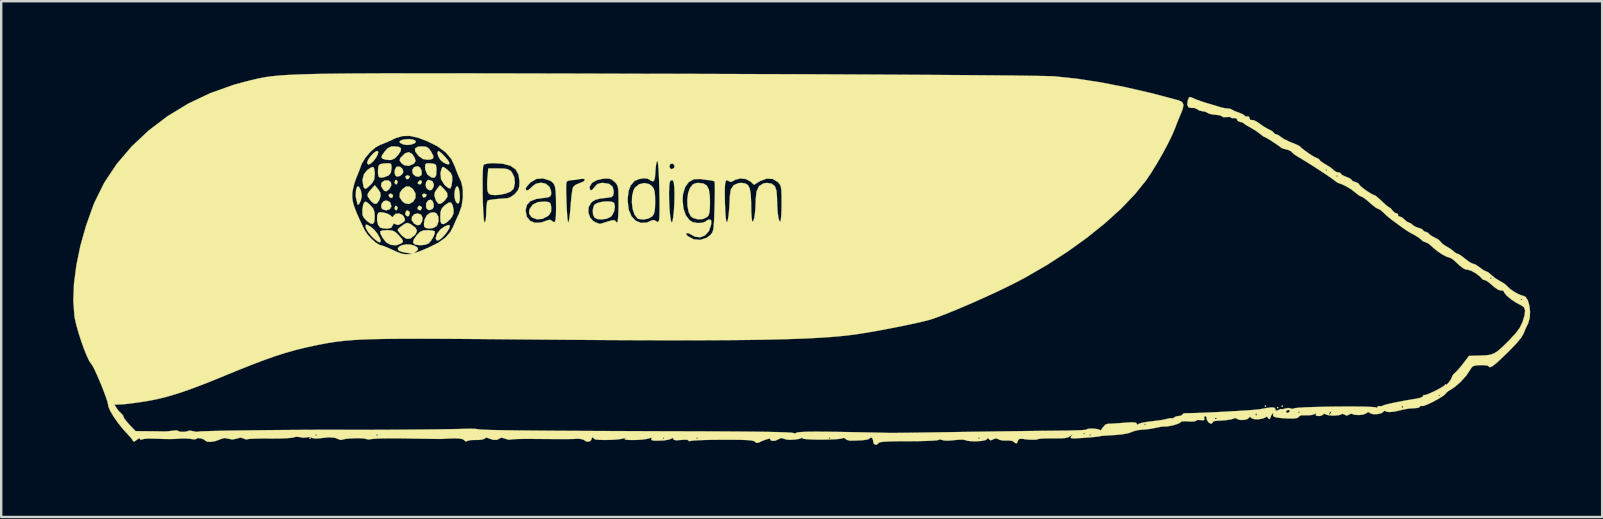
<source format=kicad_pcb>
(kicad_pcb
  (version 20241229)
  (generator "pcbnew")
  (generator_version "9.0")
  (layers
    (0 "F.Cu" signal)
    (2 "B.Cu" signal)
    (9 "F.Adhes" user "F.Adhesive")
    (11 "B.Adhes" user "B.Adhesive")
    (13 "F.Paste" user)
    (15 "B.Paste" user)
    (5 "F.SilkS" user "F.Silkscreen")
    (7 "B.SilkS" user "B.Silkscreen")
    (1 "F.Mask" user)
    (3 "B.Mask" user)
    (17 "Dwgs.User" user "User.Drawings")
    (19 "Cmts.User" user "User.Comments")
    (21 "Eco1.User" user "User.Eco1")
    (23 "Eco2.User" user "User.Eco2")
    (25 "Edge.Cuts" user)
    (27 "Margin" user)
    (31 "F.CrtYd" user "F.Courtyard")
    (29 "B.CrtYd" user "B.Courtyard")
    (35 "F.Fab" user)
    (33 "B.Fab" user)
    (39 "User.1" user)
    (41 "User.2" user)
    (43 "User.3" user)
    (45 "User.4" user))
  (footprint "poddy"
    (layer "F.Cu")
    (at 31.808 7.557)
    (property "Reference" "poddy" (at 0 0 0) (layer "F.SilkS") (effects (font (size 1.524 1.524) (thickness 0.3))))
    (attr through_hole)
    (fp_poly (pts (xy -21.907 7.652) (xy -21.939 7.684) (xy -21.971 7.652) (xy -21.939 7.62) (xy -21.907 7.652)) (stroke (width 0.01) (type solid)) (fill yes) (layer "F.SilkS"))
    (fp_poly (pts (xy 17.907 6.318) (xy 17.875 6.35) (xy 17.843 6.318) (xy 17.875 6.287) (xy 17.907 6.318)) (stroke (width 0.01) (type solid)) (fill yes) (layer "F.SilkS"))
    (fp_poly (pts (xy 18.415 6.382) (xy 18.383 6.413) (xy 18.352 6.382) (xy 18.383 6.35) (xy 18.415 6.382)) (stroke (width 0.01) (type solid)) (fill yes) (layer "F.SilkS"))
    (fp_poly (pts (xy 18.605 6.318) (xy 18.574 6.35) (xy 18.542 6.318) (xy 18.574 6.287) (xy 18.605 6.318)) (stroke (width 0.01) (type solid)) (fill yes) (layer "F.SilkS"))
    (fp_poly (pts (xy -17.272 -3.022) (xy -17.323 -2.934) (xy -17.373 -2.921) (xy -17.447 -2.958) (xy -17.448 -2.996) (xy -17.385 -3.08) (xy -17.309 -3.091) (xy -17.272 -3.022)) (stroke (width 0.01) (type solid)) (fill yes) (layer "F.SilkS"))
    (fp_poly (pts (xy -18.49 -2.489) (xy -18.479 -2.445) (xy -18.517 -2.357) (xy -18.605 -2.373) (xy -18.627 -2.392) (xy -18.667 -2.485) (xy -18.601 -2.538) (xy -18.574 -2.54) (xy -18.49 -2.489)) (stroke (width 0.01) (type solid)) (fill yes) (layer "F.SilkS"))
    (fp_poly (pts (xy -18.295 -3.06) (xy -18.288 -3.016) (xy -18.322 -2.932) (xy -18.352 -2.921) (xy -18.408 -2.972) (xy -18.415 -3.016) (xy -18.381 -3.101) (xy -18.352 -3.111) (xy -18.295 -3.06)) (stroke (width 0.01) (type solid)) (fill yes) (layer "F.SilkS"))
    (fp_poly (pts (xy -18.295 -1.981) (xy -18.288 -1.937) (xy -18.322 -1.852) (xy -18.352 -1.841) (xy -18.408 -1.893) (xy -18.415 -1.937) (xy -18.381 -2.021) (xy -18.352 -2.032) (xy -18.295 -1.981)) (stroke (width 0.01) (type solid)) (fill yes) (layer "F.SilkS"))
    (fp_poly (pts (xy -17.798 -1.789) (xy -17.78 -1.714) (xy -17.82 -1.611) (xy -17.875 -1.587) (xy -17.953 -1.64) (xy -17.971 -1.714) (xy -17.931 -1.818) (xy -17.875 -1.841) (xy -17.798 -1.789)) (stroke (width 0.01) (type solid)) (fill yes) (layer "F.SilkS"))
    (fp_poly (pts (xy -17.791 -3.27) (xy -17.78 -3.242) (xy -17.822 -3.159) (xy -17.903 -3.139) (xy -17.93 -3.156) (xy -17.969 -3.248) (xy -17.901 -3.3) (xy -17.875 -3.302) (xy -17.791 -3.27)) (stroke (width 0.01) (type solid)) (fill yes) (layer "F.SilkS"))
    (fp_poly (pts (xy -17.283 -1.981) (xy -17.272 -1.937) (xy -17.323 -1.853) (xy -17.367 -1.841) (xy -17.451 -1.892) (xy -17.462 -1.937) (xy -17.412 -2.021) (xy -17.367 -2.032) (xy -17.283 -1.981)) (stroke (width 0.01) (type solid)) (fill yes) (layer "F.SilkS"))
    (fp_poly (pts (xy -17.092 -2.508) (xy -17.081 -2.48) (xy -17.124 -2.397) (xy -17.205 -2.377) (xy -17.231 -2.394) (xy -17.27 -2.486) (xy -17.202 -2.538) (xy -17.177 -2.54) (xy -17.092 -2.508)) (stroke (width 0.01) (type solid)) (fill yes) (layer "F.SilkS"))
    (fp_poly (pts (xy -18.637 -2.205) (xy -18.586 -2.152) (xy -18.548 -2.002) (xy -18.617 -1.886) (xy -18.764 -1.841) (xy -18.905 -1.879) (xy -18.967 -1.945) (xy -18.967 -2.092) (xy -18.882 -2.213) (xy -18.764 -2.254) (xy -18.637 -2.205)) (stroke (width 0.01) (type solid)) (fill yes) (layer "F.SilkS"))
    (fp_poly (pts (xy -17.311 -1.665) (xy -17.245 -1.535) (xy -17.269 -1.373) (xy -17.356 -1.238) (xy -17.476 -1.222) (xy -17.605 -1.295) (xy -17.699 -1.427) (xy -17.691 -1.569) (xy -17.597 -1.678) (xy -17.458 -1.714) (xy -17.311 -1.665)) (stroke (width 0.01) (type solid)) (fill yes) (layer "F.SilkS"))
    (fp_poly (pts (xy -16.842 -3.061) (xy -16.779 -2.931) (xy -16.788 -2.833) (xy -16.862 -2.697) (xy -16.972 -2.678) (xy -17.079 -2.759) (xy -17.121 -2.877) (xy -17.104 -3.008) (xy -17.04 -3.099) (xy -16.998 -3.111) (xy -16.842 -3.061)) (stroke (width 0.01) (type solid)) (fill yes) (layer "F.SilkS"))
    (fp_poly (pts (xy -16.834 -2.233) (xy -16.786 -2.112) (xy -16.785 -1.98) (xy -16.835 -1.899) (xy -16.981 -1.846) (xy -17.075 -1.907) (xy -17.103 -1.981) (xy -17.098 -2.142) (xy -17.013 -2.257) (xy -16.916 -2.286) (xy -16.834 -2.233)) (stroke (width 0.01) (type solid)) (fill yes) (layer "F.SilkS"))
    (fp_poly (pts (xy -18.187 -3.657) (xy -18.087 -3.571) (xy -18.051 -3.449) (xy -18.074 -3.38) (xy -18.184 -3.276) (xy -18.308 -3.248) (xy -18.37 -3.279) (xy -18.414 -3.392) (xy -18.401 -3.536) (xy -18.341 -3.646) (xy -18.315 -3.662) (xy -18.187 -3.657)) (stroke (width 0.01) (type solid)) (fill yes) (layer "F.SilkS"))
    (fp_poly (pts (xy -17.357 -3.629) (xy -17.291 -3.504) (xy -17.28 -3.363) (xy -17.302 -3.306) (xy -17.403 -3.242) (xy -17.536 -3.262) (xy -17.646 -3.354) (xy -17.655 -3.37) (xy -17.681 -3.523) (xy -17.604 -3.64) (xy -17.456 -3.683) (xy -17.357 -3.629)) (stroke (width 0.01) (type solid)) (fill yes) (layer "F.SilkS"))
    (fp_poly (pts (xy -18.657 -3.085) (xy -18.564 -3.001) (xy -18.555 -2.87) (xy -18.643 -2.723) (xy -18.661 -2.706) (xy -18.759 -2.634) (xy -18.833 -2.653) (xy -18.884 -2.7) (xy -18.978 -2.853) (xy -18.964 -2.989) (xy -18.847 -3.08) (xy -18.821 -3.087) (xy -18.657 -3.085)) (stroke (width 0.01) (type solid)) (fill yes) (layer "F.SilkS"))
    (fp_poly (pts (xy -17.792 -2.833) (xy -17.653 -2.731) (xy -17.545 -2.55) (xy -17.544 -2.358) (xy -17.642 -2.201) (xy -17.815 -2.105) (xy -17.986 -2.136) (xy -18.098 -2.223) (xy -18.209 -2.397) (xy -18.194 -2.574) (xy -18.095 -2.719) (xy -17.939 -2.837) (xy -17.792 -2.833)) (stroke (width 0.01) (type solid)) (fill yes) (layer "F.SilkS"))
    (fp_poly (pts (xy -19.848 -2.735) (xy -19.816 -2.646) (xy -19.779 -2.45) (xy -19.82 -2.26) (xy -19.838 -2.217) (xy -19.907 -2.086) (xy -19.953 -2.079) (xy -19.96 -2.095) (xy -20.033 -2.411) (xy -20.023 -2.674) (xy -20.023 -2.676) (xy -19.975 -2.822) (xy -19.916 -2.841) (xy -19.848 -2.735)) (stroke (width 0.01) (type solid)) (fill yes) (layer "F.SilkS"))
    (fp_poly (pts (xy -19.113 -2.739) (xy -19.01 -2.583) (xy -18.998 -2.434) (xy -19.06 -2.257) (xy -19.153 -2.125) (xy -19.263 -2.114) (xy -19.396 -2.226) (xy -19.426 -2.263) (xy -19.526 -2.404) (xy -19.544 -2.505) (xy -19.479 -2.619) (xy -19.399 -2.711) (xy -19.24 -2.889) (xy -19.113 -2.739)) (stroke (width 0.01) (type solid)) (fill yes) (layer "F.SilkS"))
    (fp_poly (pts (xy -17.677 -4.188) (xy -17.576 -4.027) (xy -17.539 -3.898) (xy -17.59 -3.809) (xy -17.626 -3.779) (xy -17.826 -3.693) (xy -18.018 -3.724) (xy -18.128 -3.809) (xy -18.203 -3.915) (xy -18.185 -4.003) (xy -18.154 -4.047) (xy -17.977 -4.219) (xy -17.817 -4.266) (xy -17.677 -4.188)) (stroke (width 0.01) (type solid)) (fill yes) (layer "F.SilkS"))
    (fp_poly (pts (xy -17.641 -4.789) (xy -17.539 -4.735) (xy -17.526 -4.701) (xy -17.582 -4.633) (xy -17.718 -4.584) (xy -17.888 -4.565) (xy -18.045 -4.586) (xy -18.05 -4.587) (xy -18.192 -4.656) (xy -18.207 -4.721) (xy -18.098 -4.776) (xy -18.008 -4.797) (xy -17.811 -4.813) (xy -17.641 -4.789)) (stroke (width 0.01) (type solid)) (fill yes) (layer "F.SilkS"))
    (fp_poly (pts (xy -16.544 -4.29) (xy -16.437 -4.202) (xy -16.314 -4.076) (xy -16.204 -3.945) (xy -16.137 -3.84) (xy -16.129 -3.811) (xy -16.155 -3.756) (xy -16.245 -3.771) (xy -16.392 -3.842) (xy -16.509 -3.947) (xy -16.596 -4.093) (xy -16.629 -4.233) (xy -16.603 -4.309) (xy -16.544 -4.29)) (stroke (width 0.01) (type solid)) (fill yes) (layer "F.SilkS"))
    (fp_poly (pts (xy -16.357 -2.735) (xy -16.223 -2.567) (xy -16.21 -2.413) (xy -16.318 -2.255) (xy -16.339 -2.234) (xy -16.486 -2.12) (xy -16.589 -2.115) (xy -16.672 -2.22) (xy -16.69 -2.257) (xy -16.755 -2.449) (xy -16.735 -2.598) (xy -16.642 -2.739) (xy -16.521 -2.889) (xy -16.357 -2.735)) (stroke (width 0.01) (type solid)) (fill yes) (layer "F.SilkS"))
    (fp_poly (pts (xy -16.107 -1.201) (xy -16.136 -1.09) (xy -16.255 -0.904) (xy -16.274 -0.879) (xy -16.436 -0.696) (xy -16.571 -0.596) (xy -16.664 -0.586) (xy -16.7 -0.673) (xy -16.701 -0.68) (xy -16.645 -0.866) (xy -16.498 -1.049) (xy -16.319 -1.175) (xy -16.169 -1.231) (xy -16.107 -1.201)) (stroke (width 0.01) (type solid)) (fill yes) (layer "F.SilkS"))
    (fp_poly (pts (xy -15.743 -2.767) (xy -15.709 -2.614) (xy -15.694 -2.428) (xy -15.702 -2.257) (xy -15.736 -2.147) (xy -15.741 -2.14) (xy -15.811 -2.134) (xy -15.88 -2.24) (xy -15.917 -2.389) (xy -15.919 -2.563) (xy -15.892 -2.721) (xy -15.842 -2.824) (xy -15.792 -2.841) (xy -15.743 -2.767)) (stroke (width 0.01) (type solid)) (fill yes) (layer "F.SilkS"))
    (fp_poly (pts (xy -19.093 -4.277) (xy -19.114 -4.175) (xy -19.184 -4.042) (xy -19.285 -3.906) (xy -19.398 -3.798) (xy -19.502 -3.749) (xy -19.51 -3.748) (xy -19.553 -3.798) (xy -19.558 -3.837) (xy -19.516 -3.951) (xy -19.414 -4.096) (xy -19.288 -4.229) (xy -19.175 -4.31) (xy -19.141 -4.318) (xy -19.093 -4.277)) (stroke (width 0.01) (type solid)) (fill yes) (layer "F.SilkS"))
    (fp_poly (pts (xy -17.103 -4.493) (xy -16.989 -4.422) (xy -16.892 -4.287) (xy -16.801 -4.111) (xy -16.805 -4.009) (xy -16.912 -3.961) (xy -17.037 -3.95) (xy -17.23 -3.978) (xy -17.399 -4.096) (xy -17.429 -4.126) (xy -17.554 -4.296) (xy -17.562 -4.418) (xy -17.453 -4.49) (xy -17.279 -4.508) (xy -17.103 -4.493)) (stroke (width 0.01) (type solid)) (fill yes) (layer "F.SilkS"))
    (fp_poly (pts (xy -19.471 -1.194) (xy -19.415 -1.162) (xy -19.265 -1.035) (xy -19.122 -0.854) (xy -19.019 -0.666) (xy -18.99 -0.556) (xy -19.022 -0.504) (xy -19.12 -0.541) (xy -19.268 -0.657) (xy -19.377 -0.765) (xy -19.514 -0.93) (xy -19.602 -1.081) (xy -19.622 -1.152) (xy -19.616 -1.233) (xy -19.576 -1.247) (xy -19.471 -1.194)) (stroke (width 0.01) (type solid)) (fill yes) (layer "F.SilkS"))
    (fp_poly (pts (xy -18.245 -4.489) (xy -18.147 -4.428) (xy -18.159 -4.316) (xy -18.255 -4.166) (xy -18.399 -4.011) (xy -18.538 -3.945) (xy -18.629 -3.938) (xy -18.8 -3.956) (xy -18.919 -3.996) (xy -18.962 -4.05) (xy -18.937 -4.136) (xy -18.836 -4.281) (xy -18.694 -4.435) (xy -18.555 -4.5) (xy -18.459 -4.508) (xy -18.245 -4.489)) (stroke (width 0.01) (type solid)) (fill yes) (layer "F.SilkS"))
    (fp_poly (pts (xy -16.907 -3.798) (xy -16.76 -3.779) (xy -16.691 -3.731) (xy -16.67 -3.617) (xy -16.669 -3.498) (xy -16.684 -3.299) (xy -16.739 -3.208) (xy -16.848 -3.206) (xy -16.891 -3.219) (xy -17.051 -3.339) (xy -17.136 -3.538) (xy -17.145 -3.635) (xy -17.135 -3.754) (xy -17.079 -3.8) (xy -16.941 -3.801) (xy -16.907 -3.798)) (stroke (width 0.01) (type solid)) (fill yes) (layer "F.SilkS"))
    (fp_poly (pts (xy -16.667 -1.713) (xy -16.591 -1.578) (xy -16.581 -1.396) (xy -16.636 -1.226) (xy -16.673 -1.179) (xy -16.802 -1.107) (xy -16.966 -1.082) (xy -17.111 -1.105) (xy -17.183 -1.167) (xy -17.191 -1.286) (xy -17.164 -1.454) (xy -17.162 -1.464) (xy -17.071 -1.635) (xy -16.928 -1.74) (xy -16.769 -1.76) (xy -16.667 -1.713)) (stroke (width 0.01) (type solid)) (fill yes) (layer "F.SilkS"))
    (fp_poly (pts (xy -19.557 -2.174) (xy -19.434 -2.067) (xy -19.31 -1.925) (xy -19.253 -1.776) (xy -19.241 -1.576) (xy -19.259 -1.366) (xy -19.32 -1.275) (xy -19.432 -1.298) (xy -19.583 -1.413) (xy -19.696 -1.538) (xy -19.752 -1.647) (xy -19.753 -1.651) (xy -19.756 -1.882) (xy -19.72 -2.084) (xy -19.687 -2.158) (xy -19.634 -2.204) (xy -19.557 -2.174)) (stroke (width 0.01) (type solid)) (fill yes) (layer "F.SilkS"))
    (fp_poly (pts (xy -19.299 -3.648) (xy -19.263 -3.568) (xy -19.242 -3.409) (xy -19.241 -3.342) (xy -19.264 -3.129) (xy -19.353 -2.97) (xy -19.419 -2.901) (xy -19.558 -2.777) (xy -19.639 -2.739) (xy -19.688 -2.782) (xy -19.71 -2.831) (xy -19.756 -3.103) (xy -19.689 -3.352) (xy -19.553 -3.519) (xy -19.416 -3.615) (xy -19.316 -3.652) (xy -19.299 -3.648)) (stroke (width 0.01) (type solid)) (fill yes) (layer "F.SilkS"))
    (fp_poly (pts (xy -18.565 -3.777) (xy -18.543 -3.687) (xy -18.542 -3.599) (xy -18.57 -3.408) (xy -18.67 -3.29) (xy -18.87 -3.216) (xy -18.877 -3.214) (xy -19.025 -3.205) (xy -19.088 -3.263) (xy -19.106 -3.387) (xy -19.103 -3.56) (xy -19.102 -3.566) (xy -19.079 -3.7) (xy -19.02 -3.765) (xy -18.886 -3.792) (xy -18.812 -3.798) (xy -18.643 -3.805) (xy -18.565 -3.777)) (stroke (width 0.01) (type solid)) (fill yes) (layer "F.SilkS"))
    (fp_poly (pts (xy -16.361 -3.643) (xy -16.254 -3.566) (xy -16.202 -3.523) (xy -16.073 -3.398) (xy -16.017 -3.277) (xy -16.012 -3.101) (xy -16.015 -3.061) (xy -16.039 -2.884) (xy -16.08 -2.769) (xy -16.1 -2.75) (xy -16.183 -2.778) (xy -16.305 -2.874) (xy -16.338 -2.908) (xy -16.479 -3.138) (xy -16.501 -3.405) (xy -16.455 -3.578) (xy -16.417 -3.645) (xy -16.361 -3.643)) (stroke (width 0.01) (type solid)) (fill yes) (layer "F.SilkS"))
    (fp_poly (pts (xy -11.997 -2.188) (xy -11.92 -2.136) (xy -11.892 -2.015) (xy -11.887 -1.96) (xy -11.894 -1.779) (xy -11.973 -1.652) (xy -12.038 -1.595) (xy -12.253 -1.486) (xy -12.48 -1.468) (xy -12.676 -1.539) (xy -12.733 -1.589) (xy -12.813 -1.72) (xy -12.796 -1.871) (xy -12.79 -1.89) (xy -12.661 -2.077) (xy -12.443 -2.185) (xy -12.16 -2.207) (xy -11.997 -2.188)) (stroke (width 0.01) (type solid)) (fill yes) (layer "F.SilkS"))
    (fp_poly (pts (xy -17.746 -1.265) (xy -17.725 -1.252) (xy -17.545 -1.119) (xy -17.482 -0.997) (xy -17.53 -0.865) (xy -17.587 -0.797) (xy -17.756 -0.665) (xy -17.916 -0.654) (xy -18.085 -0.766) (xy -18.127 -0.809) (xy -18.232 -0.933) (xy -18.286 -1.018) (xy -18.288 -1.027) (xy -18.241 -1.089) (xy -18.125 -1.186) (xy -18.09 -1.212) (xy -17.952 -1.3) (xy -17.857 -1.316) (xy -17.746 -1.265)) (stroke (width 0.01) (type solid)) (fill yes) (layer "F.SilkS"))
    (fp_poly (pts (xy -16.87 -1.005) (xy -16.756 -0.977) (xy -16.739 -0.964) (xy -16.743 -0.87) (xy -16.804 -0.725) (xy -16.897 -0.573) (xy -16.999 -0.462) (xy -17.001 -0.46) (xy -17.148 -0.405) (xy -17.349 -0.387) (xy -17.54 -0.411) (xy -17.574 -0.423) (xy -17.646 -0.498) (xy -17.616 -0.627) (xy -17.485 -0.813) (xy -17.349 -0.949) (xy -17.204 -1.006) (xy -17.044 -1.016) (xy -16.87 -1.005)) (stroke (width 0.01) (type solid)) (fill yes) (layer "F.SilkS"))
    (fp_poly (pts (xy -16.059 -2.164) (xy -15.994 -2.049) (xy -15.962 -1.896) (xy -15.956 -1.721) (xy -16.022 -1.57) (xy -16.097 -1.473) (xy -16.232 -1.345) (xy -16.36 -1.274) (xy -16.389 -1.27) (xy -16.462 -1.289) (xy -16.499 -1.366) (xy -16.51 -1.532) (xy -16.51 -1.582) (xy -16.498 -1.786) (xy -16.448 -1.92) (xy -16.336 -2.04) (xy -16.31 -2.062) (xy -16.158 -2.166) (xy -16.059 -2.164)) (stroke (width 0.01) (type solid)) (fill yes) (layer "F.SilkS"))
    (fp_poly (pts (xy -9.364 -2.2) (xy -9.267 -2.153) (xy -9.266 -2.152) (xy -9.232 -1.994) (xy -9.266 -1.799) (xy -9.357 -1.624) (xy -9.407 -1.572) (xy -9.564 -1.496) (xy -9.767 -1.463) (xy -9.96 -1.478) (xy -10.084 -1.537) (xy -10.146 -1.672) (xy -10.155 -1.856) (xy -10.114 -2.026) (xy -10.063 -2.097) (xy -9.93 -2.16) (xy -9.74 -2.201) (xy -9.536 -2.215) (xy -9.364 -2.2)) (stroke (width 0.01) (type solid)) (fill yes) (layer "F.SilkS"))
    (fp_poly (pts (xy -18.514 -1.001) (xy -18.378 -0.936) (xy -18.233 -0.793) (xy -18.223 -0.783) (xy -18.105 -0.641) (xy -18.063 -0.558) (xy -18.089 -0.501) (xy -18.134 -0.465) (xy -18.335 -0.387) (xy -18.559 -0.4) (xy -18.751 -0.498) (xy -18.777 -0.524) (xy -18.913 -0.697) (xy -18.997 -0.853) (xy -19.015 -0.959) (xy -19.005 -0.976) (xy -18.922 -1.001) (xy -18.762 -1.015) (xy -18.697 -1.016) (xy -18.514 -1.001)) (stroke (width 0.01) (type solid)) (fill yes) (layer "F.SilkS"))
    (fp_poly (pts (xy -13.848 -3.582) (xy -13.698 -3.556) (xy -13.597 -3.501) (xy -13.531 -3.435) (xy -13.429 -3.234) (xy -13.4 -2.987) (xy -13.45 -2.755) (xy -13.463 -2.729) (xy -13.581 -2.623) (xy -13.79 -2.539) (xy -14.056 -2.487) (xy -14.241 -2.477) (xy -14.413 -2.493) (xy -14.502 -2.558) (xy -14.532 -2.619) (xy -14.553 -2.757) (xy -14.557 -2.97) (xy -14.546 -3.175) (xy -14.51 -3.588) (xy -14.086 -3.588) (xy -13.848 -3.582)) (stroke (width 0.01) (type solid)) (fill yes) (layer "F.SilkS"))
    (fp_poly (pts (xy -7.805 -2.935) (xy -7.689 -2.849) (xy -7.619 -2.753) (xy -7.579 -2.629) (xy -7.56 -2.442) (xy -7.556 -2.211) (xy -7.562 -1.944) (xy -7.584 -1.77) (xy -7.627 -1.657) (xy -7.684 -1.587) (xy -7.84 -1.499) (xy -8.045 -1.46) (xy -8.235 -1.481) (xy -8.293 -1.509) (xy -8.41 -1.654) (xy -8.488 -1.881) (xy -8.525 -2.152) (xy -8.517 -2.427) (xy -8.461 -2.668) (xy -8.398 -2.786) (xy -8.225 -2.929) (xy -8.013 -2.98) (xy -7.805 -2.935)) (stroke (width 0.01) (type solid)) (fill yes) (layer "F.SilkS"))
    (fp_poly (pts (xy -5.543 -2.96) (xy -5.403 -2.874) (xy -5.318 -2.71) (xy -5.278 -2.451) (xy -5.271 -2.201) (xy -5.276 -1.924) (xy -5.295 -1.744) (xy -5.333 -1.631) (xy -5.387 -1.566) (xy -5.565 -1.478) (xy -5.784 -1.466) (xy -5.985 -1.527) (xy -6.068 -1.592) (xy -6.158 -1.766) (xy -6.208 -2.016) (xy -6.216 -2.297) (xy -6.181 -2.565) (xy -6.103 -2.774) (xy -6.1 -2.778) (xy -5.986 -2.922) (xy -5.852 -2.978) (xy -5.748 -2.985) (xy -5.543 -2.96)) (stroke (width 0.01) (type solid)) (fill yes) (layer "F.SilkS"))
    (fp_poly (pts (xy -18.867 -1.748) (xy -18.694 -1.696) (xy -18.574 -1.623) (xy -18.565 -1.613) (xy -18.502 -1.553) (xy -18.462 -1.603) (xy -18.456 -1.617) (xy -18.369 -1.697) (xy -18.23 -1.709) (xy -18.096 -1.658) (xy -18.036 -1.592) (xy -17.981 -1.47) (xy -17.999 -1.394) (xy -18.107 -1.311) (xy -18.13 -1.296) (xy -18.267 -1.23) (xy -18.365 -1.255) (xy -18.376 -1.264) (xy -18.451 -1.295) (xy -18.495 -1.214) (xy -18.497 -1.208) (xy -18.558 -1.114) (xy -18.697 -1.081) (xy -18.742 -1.08) (xy -18.909 -1.094) (xy -19.022 -1.126) (xy -19.024 -1.128) (xy -19.103 -1.242) (xy -19.145 -1.423) (xy -19.141 -1.613) (xy -19.134 -1.642) (xy -19.093 -1.737) (xy -19.011 -1.765) (xy -18.867 -1.748)) (stroke (width 0.01) (type solid)) (fill yes) (layer "F.SilkS"))
    (fp_poly (pts (xy -16.059 -7.552) (xy -14.993 -7.55) (xy -13.827 -7.548) (xy -12.559 -7.545) (xy -11.181 -7.542) (xy -9.689 -7.538) (xy -8.078 -7.533) (xy -7.017 -7.531) (xy -5.231 -7.526) (xy -3.537 -7.52) (xy -1.94 -7.515) (xy -0.439 -7.509) (xy 0.962 -7.502) (xy 2.26 -7.496) (xy 3.455 -7.489) (xy 4.542 -7.482) (xy 5.521 -7.475) (xy 6.388 -7.468) (xy 7.142 -7.461) (xy 7.78 -7.453) (xy 8.299 -7.445) (xy 8.699 -7.438) (xy 8.975 -7.43) (xy 9.112 -7.423) (xy 10.007 -7.329) (xy 10.99 -7.179) (xy 12.043 -6.974) (xy 13.142 -6.721) (xy 14.256 -6.426) (xy 14.403 -6.358) (xy 14.46 -6.246) (xy 14.432 -6.07) (xy 14.363 -5.894) (xy 14.268 -5.671) (xy 14.163 -5.405) (xy 14.111 -5.267) (xy 13.983 -4.965) (xy 13.799 -4.592) (xy 13.579 -4.182) (xy 13.339 -3.767) (xy 13.1 -3.381) (xy 12.907 -3.097) (xy 12.439 -2.515) (xy 11.864 -1.915) (xy 11.194 -1.308) (xy 10.445 -0.706) (xy 9.631 -0.12) (xy 8.768 0.438) (xy 7.87 0.957) (xy 7.527 1.139) (xy 7.08 1.363) (xy 6.574 1.604) (xy 6.037 1.849) (xy 5.495 2.088) (xy 4.975 2.308) (xy 4.502 2.499) (xy 4.103 2.648) (xy 3.947 2.702) (xy 3.746 2.757) (xy 3.445 2.829) (xy 3.07 2.911) (xy 2.644 2.999) (xy 2.194 3.087) (xy 1.745 3.171) (xy 1.322 3.246) (xy 0.95 3.306) (xy 0.771 3.332) (xy 0.456 3.371) (xy 0.112 3.407) (xy -0.265 3.439) (xy -0.681 3.467) (xy -1.144 3.492) (xy -1.657 3.513) (xy -2.228 3.531) (xy -2.863 3.546) (xy -3.566 3.558) (xy -4.344 3.566) (xy -5.203 3.571) (xy -6.148 3.574) (xy -7.186 3.573) (xy -8.322 3.57) (xy -9.562 3.564) (xy -10.913 3.555) (xy -12.379 3.544) (xy -13.78 3.532) (xy -14.836 3.522) (xy -15.775 3.515) (xy -16.606 3.51) (xy -17.337 3.508) (xy -17.978 3.509) (xy -18.537 3.512) (xy -19.025 3.52) (xy -19.451 3.53) (xy -19.823 3.545) (xy -20.15 3.564) (xy -20.443 3.588) (xy -20.71 3.617) (xy -20.96 3.651) (xy -21.203 3.69) (xy -21.447 3.735) (xy -21.658 3.777) (xy -22.108 3.873) (xy -22.534 3.978) (xy -22.957 4.097) (xy -23.398 4.238) (xy -23.876 4.407) (xy -24.413 4.612) (xy -25.028 4.858) (xy -25.559 5.076) (xy -26.259 5.36) (xy -26.865 5.591) (xy -27.396 5.775) (xy -27.87 5.918) (xy -28.306 6.026) (xy -28.647 6.093) (xy -28.986 6.148) (xy -29.312 6.194) (xy -29.587 6.228) (xy -29.77 6.243) (xy -30.091 6.255) (xy -29.99 6.413) (xy -29.888 6.547) (xy -29.803 6.623) (xy -29.726 6.712) (xy -29.717 6.75) (xy -29.676 6.834) (xy -29.569 6.973) (xy -29.462 7.093) (xy -29.207 7.359) (xy -28.653 7.364) (xy -28.39 7.367) (xy -28.171 7.37) (xy -28.029 7.373) (xy -28.003 7.374) (xy -27.88 7.368) (xy -27.7 7.348) (xy -27.67 7.343) (xy -27.518 7.331) (xy -27.436 7.345) (xy -27.432 7.353) (xy -27.379 7.381) (xy -27.255 7.391) (xy -27.118 7.383) (xy -27.022 7.357) (xy -27.014 7.35) (xy -26.934 7.34) (xy -26.797 7.366) (xy -26.656 7.391) (xy -26.577 7.378) (xy -26.508 7.371) (xy -26.327 7.363) (xy -26.047 7.355) (xy -25.682 7.347) (xy -25.247 7.339) (xy -24.757 7.331) (xy -24.224 7.324) (xy -23.664 7.318) (xy -23.09 7.313) (xy -22.517 7.309) (xy -21.959 7.306) (xy -21.43 7.304) (xy -20.944 7.304) (xy -20.515 7.305) (xy -20.479 7.306) (xy -20.13 7.307) (xy -19.703 7.307) (xy -19.216 7.305) (xy -18.689 7.303) (xy -18.144 7.299) (xy -17.598 7.295) (xy -17.074 7.29) (xy -16.59 7.284) (xy -16.166 7.278) (xy -15.823 7.272) (xy -15.58 7.266) (xy -15.526 7.264) (xy -15.274 7.259) (xy -15.065 7.264) (xy -14.936 7.279) (xy -14.922 7.283) (xy -14.855 7.292) (xy -14.699 7.301) (xy -14.45 7.31) (xy -14.107 7.318) (xy -13.665 7.325) (xy -13.122 7.332) (xy -12.475 7.338) (xy -11.72 7.344) (xy -10.854 7.349) (xy -9.874 7.354) (xy -8.777 7.358) (xy -7.56 7.363) (xy -6.22 7.367) (xy -5.985 7.367) (xy -5.024 7.371) (xy -4.189 7.376) (xy -3.479 7.382) (xy -2.894 7.39) (xy -2.433 7.4) (xy -2.094 7.411) (xy -1.878 7.424) (xy -1.783 7.439) (xy -1.778 7.443) (xy -1.742 7.469) (xy -1.731 7.461) (xy 10.287 7.461) (xy 10.319 7.493) (xy 10.351 7.461) (xy 10.319 7.429) (xy 10.287 7.461) (xy -1.731 7.461) (xy -1.689 7.435) (xy -1.622 7.412) (xy -1.474 7.396) (xy -1.238 7.386) (xy -0.905 7.382) (xy -0.465 7.384) (xy 0.091 7.392) (xy 0.231 7.394) (xy 0.705 7.403) (xy 1.14 7.411) (xy 1.518 7.419) (xy 1.825 7.425) (xy 2.041 7.431) (xy 2.151 7.434) (xy 2.159 7.435) (xy 2.241 7.435) (xy 2.436 7.434) (xy 2.732 7.431) (xy 3.114 7.426) (xy 3.569 7.42) (xy 4.085 7.412) (xy 4.647 7.404) (xy 5.048 7.397) (xy 5.693 7.387) (xy 6.349 7.378) (xy 6.995 7.368) (xy 7.608 7.36) (xy 8.167 7.353) (xy 8.65 7.348) (xy 9.034 7.344) (xy 9.128 7.343) (xy 9.517 7.339) (xy 9.858 7.331) (xy 10.133 7.322) (xy 10.324 7.311) (xy 10.411 7.299) (xy 10.414 7.297) (xy 10.469 7.265) (xy 10.601 7.253) (xy 10.762 7.259) (xy 10.906 7.28) (xy 10.984 7.314) (xy 10.988 7.324) (xy 11.015 7.328) (xy 11.076 7.24) (xy 11.085 7.224) (xy 11.21 7.084) (xy 11.32 7.053) (xy 11.449 7.049) (xy 11.663 7.036) (xy 11.921 7.017) (xy 11.986 7.011) (xy 12.255 6.993) (xy 12.419 6.995) (xy 12.496 7.018) (xy 12.509 7.047) (xy 12.535 7.094) (xy 12.557 7.08) (xy 12.827 7.08) (xy 12.859 7.112) (xy 12.89 7.08) (xy 12.859 7.048) (xy 12.827 7.08) (xy 12.557 7.08) (xy 12.59 7.06) (xy 12.69 7.022) (xy 12.878 6.984) (xy 13.116 6.952) (xy 13.146 6.949) (xy 13.4 6.92) (xy 13.621 6.885) (xy 13.763 6.851) (xy 13.769 6.849) (xy 13.902 6.819) (xy 13.971 6.827) (xy 14.048 6.816) (xy 14.065 6.796) (xy 14.153 6.746) (xy 14.259 6.731) (xy 14.377 6.709) (xy 14.415 6.668) (xy 14.415 6.668) (xy 17.462 6.668) (xy 17.486 6.72) (xy 17.505 6.71) (xy 17.512 6.634) (xy 17.505 6.625) (xy 17.467 6.634) (xy 17.462 6.668) (xy 14.415 6.668) (xy 14.468 6.621) (xy 14.557 6.611) (xy 14.728 6.611) (xy 14.994 6.604) (xy 15.329 6.591) (xy 15.711 6.574) (xy 16.115 6.554) (xy 16.363 6.54) (xy 18.733 6.54) (xy 18.778 6.602) (xy 18.792 6.604) (xy 18.851 6.572) (xy 19.241 6.572) (xy 19.272 6.604) (xy 19.304 6.572) (xy 19.272 6.54) (xy 19.241 6.572) (xy 18.851 6.572) (xy 18.878 6.558) (xy 18.891 6.54) (xy 18.877 6.486) (xy 18.831 6.477) (xy 18.745 6.51) (xy 18.733 6.54) (xy 16.363 6.54) (xy 16.517 6.532) (xy 16.894 6.509) (xy 17.221 6.487) (xy 17.475 6.467) (xy 17.631 6.45) (xy 17.65 6.446) (xy 17.945 6.393) (xy 18.135 6.37) (xy 18.242 6.379) (xy 18.285 6.419) (xy 18.288 6.444) (xy 18.309 6.51) (xy 18.394 6.488) (xy 18.415 6.477) (xy 18.513 6.436) (xy 18.542 6.441) (xy 18.592 6.447) (xy 18.69 6.418) (xy 18.841 6.394) (xy 18.927 6.416) (xy 19.02 6.436) (xy 19.048 6.417) (xy 19.12 6.399) (xy 19.298 6.382) (xy 19.562 6.367) (xy 19.892 6.355) (xy 20.268 6.346) (xy 20.669 6.339) (xy 21.075 6.335) (xy 21.466 6.334) (xy 21.823 6.337) (xy 22.124 6.344) (xy 22.35 6.354) (xy 22.481 6.369) (xy 22.505 6.379) (xy 22.532 6.393) (xy 22.537 6.362) (xy 22.547 6.35) (xy 23.558 6.35) (xy 23.582 6.402) (xy 23.601 6.392) (xy 23.608 6.317) (xy 23.601 6.308) (xy 23.563 6.316) (xy 23.558 6.35) (xy 22.547 6.35) (xy 22.579 6.31) (xy 22.609 6.32) (xy 22.712 6.324) (xy 22.752 6.304) (xy 22.848 6.267) (xy 23.046 6.217) (xy 23.324 6.157) (xy 23.658 6.093) (xy 24.025 6.03) (xy 24.209 6) (xy 24.362 5.96) (xy 24.444 5.906) (xy 24.448 5.892) (xy 24.457 5.874) (xy 25.082 5.874) (xy 25.114 5.905) (xy 25.146 5.874) (xy 25.114 5.842) (xy 25.082 5.874) (xy 24.457 5.874) (xy 24.471 5.849) (xy 24.484 5.857) (xy 24.555 5.85) (xy 24.701 5.796) (xy 24.887 5.712) (xy 25.079 5.615) (xy 25.242 5.521) (xy 25.341 5.449) (xy 25.351 5.436) (xy 25.393 5.404) (xy 25.399 5.422) (xy 25.433 5.418) (xy 25.514 5.333) (xy 25.527 5.317) (xy 25.616 5.185) (xy 25.654 5.091) (xy 25.654 5.089) (xy 25.7 5.002) (xy 25.765 4.941) (xy 25.862 4.847) (xy 26.001 4.689) (xy 26.118 4.541) (xy 26.36 4.224) (xy 26.839 4.211) (xy 27.074 4.2) (xy 27.255 4.174) (xy 27.409 4.117) (xy 27.565 4.016) (xy 27.75 3.854) (xy 27.99 3.619) (xy 28.036 3.572) (xy 28.298 3.291) (xy 28.474 3.053) (xy 28.583 2.832) (xy 28.591 2.809) (xy 28.677 2.525) (xy 28.698 2.329) (xy 28.652 2.2) (xy 28.538 2.117) (xy 28.527 2.112) (xy 28.315 2.001) (xy 28.125 1.873) (xy 28.512 1.873) (xy 28.543 1.905) (xy 28.575 1.873) (xy 28.543 1.841) (xy 28.512 1.873) (xy 28.125 1.873) (xy 28.109 1.862) (xy 27.938 1.719) (xy 27.833 1.594) (xy 27.813 1.539) (xy 27.763 1.496) (xy 27.702 1.5) (xy 27.585 1.473) (xy 27.419 1.361) (xy 27.337 1.289) (xy 27.187 1.161) (xy 27.069 1.082) (xy 27.025 1.069) (xy 26.938 1.044) (xy 26.93 1.034) (xy 26.881 0.984) (xy 27.241 0.984) (xy 27.273 1.016) (xy 27.305 0.984) (xy 27.273 0.953) (xy 27.241 0.984) (xy 26.881 0.984) (xy 26.801 0.902) (xy 26.625 0.771) (xy 26.446 0.672) (xy 26.316 0.635) (xy 26.218 0.622) (xy 26.115 0.572) (xy 25.979 0.466) (xy 25.787 0.289) (xy 25.747 0.251) (xy 25.628 0.16) (xy 25.544 0.127) (xy 25.421 0.089) (xy 25.241 -0.008) (xy 25.045 -0.139) (xy 24.871 -0.281) (xy 24.819 -0.331) (xy 24.686 -0.446) (xy 24.573 -0.506) (xy 24.557 -0.508) (xy 24.441 -0.553) (xy 24.38 -0.608) (xy 24.274 -0.698) (xy 24.106 -0.804) (xy 24.039 -0.839) (xy 23.915 -0.906) (xy 23.787 -0.984) (xy 23.632 -1.089) (xy 23.429 -1.236) (xy 23.154 -1.44) (xy 23.062 -1.509) (xy 22.904 -1.642) (xy 22.781 -1.762) (xy 22.664 -1.864) (xy 22.573 -1.905) (xy 22.49 -1.945) (xy 22.351 -2.05) (xy 22.225 -2.159) (xy 22.066 -2.296) (xy 21.937 -2.388) (xy 21.88 -2.413) (xy 21.791 -2.453) (xy 21.663 -2.55) (xy 21.647 -2.565) (xy 21.473 -2.701) (xy 21.262 -2.832) (xy 21.065 -2.929) (xy 20.964 -2.961) (xy 20.855 -3.011) (xy 20.742 -3.096) (xy 20.635 -3.176) (xy 20.499 -3.27) (xy 20.828 -3.27) (xy 20.86 -3.239) (xy 20.892 -3.27) (xy 20.86 -3.302) (xy 20.828 -3.27) (xy 20.499 -3.27) (xy 20.446 -3.306) (xy 20.201 -3.469) (xy 20.115 -3.524) (xy 20.384 -3.524) (xy 20.415 -3.493) (xy 20.447 -3.524) (xy 20.415 -3.556) (xy 20.384 -3.524) (xy 20.115 -3.524) (xy 19.925 -3.648) (xy 19.644 -3.826) (xy 19.384 -3.986) (xy 19.193 -4.099) (xy 19.059 -4.187) (xy 18.989 -4.252) (xy 18.986 -4.261) (xy 18.933 -4.309) (xy 18.81 -4.363) (xy 18.668 -4.402) (xy 18.637 -4.406) (xy 18.547 -4.44) (xy 18.542 -4.445) (xy 18.458 -4.512) (xy 18.313 -4.612) (xy 18.145 -4.723) (xy 17.988 -4.821) (xy 17.881 -4.881) (xy 17.858 -4.89) (xy 17.783 -4.927) (xy 17.661 -5.02) (xy 17.642 -5.036) (xy 17.469 -5.163) (xy 17.264 -5.287) (xy 17.229 -5.306) (xy 17.075 -5.392) (xy 16.978 -5.461) (xy 16.965 -5.477) (xy 16.892 -5.517) (xy 16.822 -5.524) (xy 16.722 -5.564) (xy 16.701 -5.616) (xy 16.651 -5.683) (xy 16.573 -5.683) (xy 16.471 -5.683) (xy 16.447 -5.708) (xy 16.392 -5.734) (xy 16.261 -5.729) (xy 16.256 -5.729) (xy 16.123 -5.725) (xy 16.065 -5.754) (xy 16.065 -5.755) (xy 16.009 -5.792) (xy 15.867 -5.818) (xy 15.803 -5.822) (xy 15.621 -5.845) (xy 15.492 -5.887) (xy 15.473 -5.901) (xy 15.359 -5.956) (xy 15.262 -5.969) (xy 15.112 -6.004) (xy 15.039 -6.053) (xy 14.92 -6.109) (xy 14.816 -6.109) (xy 14.679 -6.128) (xy 14.618 -6.238) (xy 14.641 -6.424) (xy 14.647 -6.442) (xy 14.695 -6.55) (xy 14.765 -6.562) (xy 14.864 -6.517) (xy 15.015 -6.452) (xy 15.234 -6.374) (xy 15.404 -6.32) (xy 15.65 -6.247) (xy 15.883 -6.176) (xy 16.002 -6.14) (xy 16.172 -6.098) (xy 16.298 -6.086) (xy 16.308 -6.087) (xy 16.431 -6.066) (xy 16.467 -6.045) (xy 16.574 -5.987) (xy 16.742 -5.922) (xy 16.78 -5.909) (xy 16.931 -5.847) (xy 17.013 -5.789) (xy 17.018 -5.776) (xy 17.065 -5.745) (xy 17.113 -5.756) (xy 17.194 -5.745) (xy 17.209 -5.683) (xy 17.245 -5.605) (xy 17.3 -5.609) (xy 17.401 -5.594) (xy 17.549 -5.514) (xy 17.615 -5.466) (xy 17.803 -5.334) (xy 17.991 -5.226) (xy 18.032 -5.208) (xy 18.164 -5.138) (xy 18.224 -5.076) (xy 18.224 -5.072) (xy 18.275 -5.021) (xy 18.308 -5.016) (xy 18.415 -4.977) (xy 18.514 -4.903) (xy 18.645 -4.815) (xy 18.841 -4.718) (xy 18.955 -4.671) (xy 19.139 -4.597) (xy 19.268 -4.537) (xy 19.304 -4.513) (xy 19.409 -4.415) (xy 19.576 -4.288) (xy 19.762 -4.161) (xy 19.921 -4.065) (xy 19.987 -4.036) (xy 20.097 -3.984) (xy 20.13 -3.944) (xy 20.18 -3.889) (xy 20.309 -3.8) (xy 20.399 -3.747) (xy 20.569 -3.642) (xy 20.691 -3.546) (xy 20.72 -3.513) (xy 20.82 -3.442) (xy 20.895 -3.429) (xy 20.996 -3.404) (xy 21.018 -3.37) (xy 21.073 -3.314) (xy 21.206 -3.251) (xy 21.241 -3.239) (xy 21.386 -3.178) (xy 21.46 -3.122) (xy 21.463 -3.113) (xy 21.517 -3.061) (xy 21.622 -3.022) (xy 21.741 -2.972) (xy 21.78 -2.924) (xy 21.829 -2.862) (xy 21.95 -2.76) (xy 22.107 -2.646) (xy 22.263 -2.546) (xy 22.382 -2.484) (xy 22.414 -2.477) (xy 22.486 -2.435) (xy 22.614 -2.328) (xy 22.725 -2.223) (xy 22.874 -2.084) (xy 22.988 -1.992) (xy 23.033 -1.968) (xy 23.102 -1.921) (xy 23.163 -1.841) (xy 23.263 -1.741) (xy 23.341 -1.714) (xy 23.406 -1.684) (xy 23.4 -1.651) (xy 23.414 -1.597) (xy 23.46 -1.587) (xy 23.574 -1.543) (xy 23.668 -1.46) (xy 23.776 -1.365) (xy 23.851 -1.333) (xy 23.95 -1.289) (xy 24 -1.242) (xy 24.115 -1.162) (xy 24.261 -1.11) (xy 24.393 -1.064) (xy 24.447 -1.011) (xy 24.448 -1.011) (xy 24.499 -0.959) (xy 24.54 -0.953) (xy 24.653 -0.904) (xy 24.682 -0.869) (xy 24.773 -0.79) (xy 24.924 -0.709) (xy 24.935 -0.705) (xy 25.082 -0.626) (xy 25.167 -0.543) (xy 25.17 -0.537) (xy 25.245 -0.453) (xy 25.386 -0.357) (xy 25.413 -0.343) (xy 25.581 -0.242) (xy 25.71 -0.142) (xy 25.718 -0.133) (xy 25.824 -0.051) (xy 25.883 -0.032) (xy 25.969 0.007) (xy 26.109 0.105) (xy 26.195 0.175) (xy 26.353 0.295) (xy 26.484 0.369) (xy 26.528 0.381) (xy 26.634 0.419) (xy 26.777 0.515) (xy 26.809 0.54) (xy 26.949 0.643) (xy 27.057 0.697) (xy 27.072 0.7) (xy 27.164 0.743) (xy 27.284 0.846) (xy 27.289 0.851) (xy 27.447 0.983) (xy 27.639 1.099) (xy 27.651 1.106) (xy 27.82 1.204) (xy 27.943 1.309) (xy 27.954 1.322) (xy 28.067 1.43) (xy 28.239 1.549) (xy 28.423 1.652) (xy 28.573 1.71) (xy 28.609 1.714) (xy 28.725 1.772) (xy 28.817 1.924) (xy 28.878 2.14) (xy 28.904 2.388) (xy 28.889 2.638) (xy 28.829 2.859) (xy 28.807 2.904) (xy 28.717 3.091) (xy 28.632 3.297) (xy 28.631 3.3) (xy 28.534 3.465) (xy 28.341 3.699) (xy 28.05 4.003) (xy 27.66 4.379) (xy 27.503 4.524) (xy 27.343 4.65) (xy 27.229 4.699) (xy 27.179 4.663) (xy 27.178 4.651) (xy 27.121 4.626) (xy 26.974 4.611) (xy 26.845 4.609) (xy 26.643 4.619) (xy 26.525 4.656) (xy 26.449 4.736) (xy 26.416 4.793) (xy 26.242 5.051) (xy 26.006 5.312) (xy 25.754 5.528) (xy 25.638 5.604) (xy 25.492 5.695) (xy 25.408 5.765) (xy 25.4 5.78) (xy 25.347 5.842) (xy 25.211 5.937) (xy 25.024 6.049) (xy 24.817 6.159) (xy 24.625 6.25) (xy 24.479 6.305) (xy 24.419 6.311) (xy 24.335 6.31) (xy 24.32 6.339) (xy 24.264 6.381) (xy 24.125 6.402) (xy 24.082 6.403) (xy 23.858 6.418) (xy 23.617 6.461) (xy 23.582 6.47) (xy 23.272 6.541) (xy 23.041 6.566) (xy 22.905 6.545) (xy 22.882 6.524) (xy 22.825 6.511) (xy 22.79 6.554) (xy 22.696 6.617) (xy 22.537 6.651) (xy 22.367 6.652) (xy 22.242 6.616) (xy 22.218 6.592) (xy 22.153 6.561) (xy 22.076 6.617) (xy 21.961 6.668) (xy 21.784 6.689) (xy 21.604 6.681) (xy 21.48 6.641) (xy 21.471 6.633) (xy 21.406 6.643) (xy 21.358 6.676) (xy 21.253 6.713) (xy 21.187 6.676) (xy 21.093 6.637) (xy 21.057 6.65) (xy 20.953 6.691) (xy 20.779 6.71) (xy 20.592 6.708) (xy 20.447 6.683) (xy 20.411 6.664) (xy 20.409 6.663) (xy 20.526 6.663) (xy 20.535 6.668) (xy 20.593 6.623) (xy 20.606 6.604) (xy 20.622 6.545) (xy 20.613 6.54) (xy 20.555 6.585) (xy 20.542 6.604) (xy 20.526 6.663) (xy 20.409 6.663) (xy 20.323 6.633) (xy 20.29 6.664) (xy 20.201 6.716) (xy 20.09 6.731) (xy 19.979 6.711) (xy 19.979 6.652) (xy 19.997 6.604) (xy 19.935 6.645) (xy 19.818 6.686) (xy 19.635 6.7) (xy 19.57 6.697) (xy 19.366 6.7) (xy 19.269 6.752) (xy 19.263 6.763) (xy 19.209 6.81) (xy 19.077 6.832) (xy 18.846 6.833) (xy 18.765 6.83) (xy 18.465 6.809) (xy 18.279 6.777) (xy 18.194 6.729) (xy 18.197 6.661) (xy 18.202 6.653) (xy 18.205 6.615) (xy 18.171 6.63) (xy 18.103 6.728) (xy 18.098 6.766) (xy 18.062 6.849) (xy 18.034 6.858) (xy 17.974 6.809) (xy 17.971 6.787) (xy 17.942 6.749) (xy 17.891 6.781) (xy 17.761 6.839) (xy 17.583 6.866) (xy 17.41 6.86) (xy 17.292 6.819) (xy 17.277 6.802) (xy 17.227 6.749) (xy 17.196 6.801) (xy 17.119 6.861) (xy 16.974 6.893) (xy 16.817 6.894) (xy 16.706 6.859) (xy 16.692 6.843) (xy 16.611 6.813) (xy 16.565 6.833) (xy 16.453 6.869) (xy 16.268 6.898) (xy 16.161 6.908) (xy 15.919 6.923) (xy 15.777 6.936) (xy 15.708 6.952) (xy 15.686 6.974) (xy 15.684 6.996) (xy 15.633 7.044) (xy 15.596 7.048) (xy 15.504 6.996) (xy 15.433 6.881) (xy 15.425 6.816) (xy 15.769 6.816) (xy 15.778 6.853) (xy 15.812 6.858) (xy 15.864 6.835) (xy 15.854 6.816) (xy 15.778 6.808) (xy 15.769 6.816) (xy 15.425 6.816) (xy 15.42 6.779) (xy 15.382 6.733) (xy 15.36 6.731) (xy 15.319 6.777) (xy 15.328 6.83) (xy 15.331 6.896) (xy 15.249 6.908) (xy 15.176 6.899) (xy 15.044 6.894) (xy 14.986 6.925) (xy 14.986 6.926) (xy 14.929 6.953) (xy 14.784 6.96) (xy 14.668 6.953) (xy 14.488 6.946) (xy 14.373 6.96) (xy 14.351 6.978) (xy 14.295 7.025) (xy 14.156 7.08) (xy 13.977 7.129) (xy 13.799 7.161) (xy 13.684 7.166) (xy 13.542 7.175) (xy 13.349 7.211) (xy 13.303 7.222) (xy 13.075 7.266) (xy 12.814 7.294) (xy 12.74 7.298) (xy 12.526 7.323) (xy 12.345 7.374) (xy 12.294 7.399) (xy 12.159 7.448) (xy 11.93 7.49) (xy 11.639 7.519) (xy 11.586 7.522) (xy 11.335 7.537) (xy 11.141 7.55) (xy 11.031 7.56) (xy 11.017 7.563) (xy 10.958 7.578) (xy 10.798 7.598) (xy 10.563 7.62) (xy 10.279 7.641) (xy 10.171 7.648) (xy 9.935 7.661) (xy 9.804 7.658) (xy 9.757 7.637) (xy 9.772 7.592) (xy 9.789 7.569) (xy 9.821 7.525) (xy 10.541 7.525) (xy 10.573 7.556) (xy 10.604 7.525) (xy 10.573 7.493) (xy 10.541 7.525) (xy 9.821 7.525) (xy 9.841 7.498) (xy 9.814 7.511) (xy 9.746 7.566) (xy 9.655 7.618) (xy 9.516 7.649) (xy 9.303 7.661) (xy 9.027 7.66) (xy 8.767 7.66) (xy 8.558 7.668) (xy 8.432 7.683) (xy 8.408 7.693) (xy 8.336 7.712) (xy 8.185 7.718) (xy 8.001 7.711) (xy 7.829 7.693) (xy 7.779 7.683) (xy 7.626 7.681) (xy 7.558 7.758) (xy 7.556 7.779) (xy 7.518 7.864) (xy 7.438 7.854) (xy 7.395 7.806) (xy 7.308 7.762) (xy 7.157 7.749) (xy 7.153 7.749) (xy 6.999 7.752) (xy 6.906 7.746) (xy 6.906 7.745) (xy 6.801 7.723) (xy 6.8 7.723) (xy 6.702 7.675) (xy 6.698 7.671) (xy 6.617 7.666) (xy 6.532 7.703) (xy 6.424 7.746) (xy 6.358 7.695) (xy 6.357 7.694) (xy 6.306 7.642) (xy 6.27 7.697) (xy 6.195 7.74) (xy 6.034 7.769) (xy 5.827 7.783) (xy 5.616 7.78) (xy 5.441 7.759) (xy 5.356 7.73) (xy 5.258 7.713) (xy 5.077 7.718) (xy 4.9 7.736) (xy 4.652 7.757) (xy 4.47 7.747) (xy 4.41 7.729) (xy 4.303 7.703) (xy 4.263 7.724) (xy 4.19 7.741) (xy 4.01 7.756) (xy 3.743 7.768) (xy 3.411 7.776) (xy 3.032 7.779) (xy 3.001 7.779) (xy 2.548 7.781) (xy 2.21 7.788) (xy 1.974 7.801) (xy 1.827 7.82) (xy 1.758 7.847) (xy 1.749 7.858) (xy 1.671 7.934) (xy 1.568 7.896) (xy 1.566 7.895) (xy 1.53 7.802) (xy 1.524 7.736) (xy 1.494 7.652) (xy 5.905 7.652) (xy 5.937 7.684) (xy 5.969 7.652) (xy 5.937 7.62) (xy 5.905 7.652) (xy 1.494 7.652) (xy 1.488 7.636) (xy 1.412 7.632) (xy 1.369 7.677) (xy 1.286 7.712) (xy 1.098 7.737) (xy 0.829 7.752) (xy 0.545 7.755) (xy 0.421 7.718) (xy 0.378 7.679) (xy 0.293 7.639) (xy 0.245 7.658) (xy 0.153 7.68) (xy -0.027 7.696) (xy -0.266 7.707) (xy -0.536 7.712) (xy -0.811 7.712) (xy -1.063 7.705) (xy -1.265 7.693) (xy -1.388 7.676) (xy -1.413 7.658) (xy -1.415 7.652) (xy -0.318 7.652) (xy -0.286 7.684) (xy -0.254 7.652) (xy -0.286 7.62) (xy -0.318 7.652) (xy -1.415 7.652) (xy -1.42 7.631) (xy -1.452 7.646) (xy -1.573 7.686) (xy -1.756 7.712) (xy -1.946 7.722) (xy -2.09 7.71) (xy -2.123 7.698) (xy -2.298 7.644) (xy -2.448 7.709) (xy -2.452 7.714) (xy -2.545 7.758) (xy -2.66 7.765) (xy -2.749 7.739) (xy -2.763 7.685) (xy -2.763 7.684) (xy -2.792 7.671) (xy -2.897 7.696) (xy -3.039 7.745) (xy -3.176 7.805) (xy -3.232 7.837) (xy -3.342 7.847) (xy -3.391 7.804) (xy -3.44 7.773) (xy -3.539 7.749) (xy -3.706 7.733) (xy -3.954 7.723) (xy -4.299 7.718) (xy -4.731 7.718) (xy -5.123 7.721) (xy -5.475 7.728) (xy -5.764 7.739) (xy -5.971 7.752) (xy -6.075 7.767) (xy -6.08 7.769) (xy -6.15 7.779) (xy -6.16 7.754) (xy -6.218 7.72) (xy -6.381 7.718) (xy -6.477 7.727) (xy -6.678 7.741) (xy -6.777 7.721) (xy -6.795 7.685) (xy -6.814 7.652) (xy -5.842 7.652) (xy -5.81 7.684) (xy -5.779 7.652) (xy -5.81 7.62) (xy -5.842 7.652) (xy -6.814 7.652) (xy -6.821 7.639) (xy -6.874 7.669) (xy -6.983 7.712) (xy -7.162 7.743) (xy -7.239 7.749) (xy -7.501 7.758) (xy -7.654 7.751) (xy -7.717 7.723) (xy -7.709 7.673) (xy -7.709 7.673) (xy -7.706 7.652) (xy -7.239 7.652) (xy -7.207 7.684) (xy -7.176 7.652) (xy -7.207 7.62) (xy -7.239 7.652) (xy -7.706 7.652) (xy -7.703 7.628) (xy -7.784 7.653) (xy -7.904 7.686) (xy -8.084 7.71) (xy -8.295 7.725) (xy -8.505 7.73) (xy -8.685 7.726) (xy -8.805 7.71) (xy -8.833 7.683) (xy -8.826 7.677) (xy -8.776 7.634) (xy -8.832 7.649) (xy -8.858 7.659) (xy -8.985 7.688) (xy -9.183 7.71) (xy -9.42 7.723) (xy -9.662 7.728) (xy -9.877 7.723) (xy -10.033 7.709) (xy -10.096 7.684) (xy -10.097 7.682) (xy -10.145 7.622) (xy -10.16 7.62) (xy -10.209 7.667) (xy -10.208 7.696) (xy -10.243 7.766) (xy -10.341 7.801) (xy -10.441 7.786) (xy -10.47 7.76) (xy -10.553 7.712) (xy -10.696 7.679) (xy -10.83 7.674) (xy -10.858 7.68) (xy -10.942 7.686) (xy -11.148 7.69) (xy -11.471 7.691) (xy -11.905 7.689) (xy -12.446 7.685) (xy -12.683 7.683) (xy -13 7.683) (xy -13.271 7.687) (xy -13.472 7.697) (xy -13.576 7.709) (xy -13.583 7.712) (xy -13.679 7.715) (xy -13.811 7.672) (xy -13.956 7.632) (xy -14.022 7.655) (xy -14.138 7.72) (xy -14.312 7.72) (xy -14.466 7.669) (xy -14.592 7.626) (xy -14.658 7.667) (xy -14.747 7.709) (xy -14.925 7.728) (xy -15.035 7.727) (xy -15.227 7.732) (xy -15.36 7.756) (xy -15.395 7.779) (xy -15.45 7.791) (xy -15.506 7.743) (xy -15.572 7.697) (xy -15.688 7.67) (xy -15.874 7.66) (xy -16.15 7.667) (xy -16.478 7.685) (xy -16.558 7.685) (xy -16.746 7.683) (xy -17.02 7.679) (xy -17.361 7.674) (xy -17.749 7.667) (xy -17.843 7.665) (xy -18.251 7.66) (xy -18.627 7.66) (xy -18.949 7.664) (xy -19.194 7.672) (xy -19.339 7.685) (xy -19.352 7.687) (xy -19.499 7.707) (xy -19.583 7.693) (xy -19.586 7.69) (xy -19.66 7.668) (xy -19.821 7.656) (xy -20.03 7.655) (xy -20.247 7.663) (xy -20.434 7.679) (xy -20.551 7.703) (xy -20.563 7.708) (xy -20.671 7.727) (xy -20.701 7.715) (xy -20.906 7.635) (xy -21.176 7.617) (xy -21.51 7.655) (xy -21.709 7.67) (xy -21.844 7.646) (xy -21.859 7.636) (xy -21.979 7.604) (xy -22.066 7.619) (xy -22.226 7.635) (xy -22.34 7.611) (xy -22.513 7.591) (xy -22.599 7.617) (xy -22.702 7.638) (xy -22.904 7.654) (xy -23.18 7.665) (xy -23.504 7.668) (xy -23.609 7.667) (xy -23.934 7.666) (xy -24.213 7.671) (xy -24.421 7.68) (xy -24.534 7.693) (xy -24.547 7.698) (xy -24.626 7.702) (xy -24.704 7.667) (xy -24.838 7.627) (xy -24.98 7.669) (xy -25.181 7.709) (xy -25.329 7.677) (xy -25.509 7.645) (xy -25.689 7.701) (xy -25.709 7.711) (xy -25.885 7.776) (xy -26.071 7.807) (xy -26.224 7.801) (xy -26.3 7.757) (xy -26.366 7.704) (xy -26.485 7.664) (xy -26.603 7.648) (xy -26.668 7.667) (xy -26.67 7.676) (xy -26.724 7.703) (xy -26.857 7.692) (xy -26.876 7.688) (xy -27.083 7.664) (xy -27.313 7.666) (xy -27.337 7.668) (xy -27.555 7.684) (xy -27.791 7.69) (xy -28.08 7.685) (xy -28.448 7.671) (xy -28.674 7.669) (xy -28.853 7.683) (xy -28.94 7.707) (xy -29.009 7.721) (xy -29.02 7.681) (xy -29.055 7.652) (xy -29.156 7.721) (xy -29.262 7.796) (xy -29.315 7.774) (xy -29.321 7.759) (xy -29.385 7.658) (xy -29.491 7.537) (xy -29.502 7.525) (xy -21.717 7.525) (xy -21.685 7.556) (xy -21.654 7.525) (xy -19.177 7.525) (xy -19.145 7.556) (xy -19.113 7.525) (xy -19.145 7.493) (xy -19.177 7.525) (xy -21.654 7.525) (xy -21.685 7.493) (xy -21.717 7.525) (xy -29.502 7.525) (xy -29.723 7.287) (xy -29.941 7.015) (xy -30.129 6.746) (xy -30.269 6.507) (xy -30.345 6.321) (xy -30.353 6.263) (xy -30.377 6.146) (xy -30.443 5.944) (xy -30.538 5.688) (xy -30.65 5.404) (xy -30.769 5.122) (xy -30.882 4.871) (xy -30.977 4.679) (xy -31.043 4.573) (xy -31.049 4.568) (xy -31.131 4.452) (xy -31.234 4.239) (xy -31.349 3.958) (xy -31.466 3.634) (xy -31.576 3.294) (xy -31.67 2.966) (xy -31.737 2.676) (xy -31.758 2.554) (xy -31.803 1.919) (xy -31.774 1.205) (xy -31.673 0.435) (xy -31.506 -0.373) (xy -31.275 -1.195) (xy -30.984 -2.011) (xy -30.921 -2.168) (xy -30.806 -2.401) (xy -20.181 -2.401) (xy -20.159 -2.222) (xy -20.102 -2.012) (xy -20.003 -1.752) (xy -19.856 -1.421) (xy -19.666 -1.022) (xy -19.552 -0.847) (xy -19.39 -0.665) (xy -19.213 -0.508) (xy -19.053 -0.405) (xy -18.967 -0.381) (xy -18.878 -0.356) (xy -18.716 -0.291) (xy -18.58 -0.23) (xy -18.341 -0.121) (xy -18.18 -0.056) (xy -18.059 -0.023) (xy -17.941 -0.013) (xy -17.843 -0.012) (xy -17.724 -0.019) (xy -17.702 -0.031) (xy -17.716 -0.035) (xy -17.84 -0.058) (xy -18.02 -0.089) (xy -18.05 -0.094) (xy -18.225 -0.151) (xy -18.286 -0.235) (xy -18.229 -0.327) (xy -18.114 -0.387) (xy -17.939 -0.423) (xy -17.757 -0.415) (xy -17.596 -0.373) (xy -17.479 -0.308) (xy -17.433 -0.229) (xy -17.484 -0.149) (xy -17.507 -0.134) (xy -17.593 -0.076) (xy -17.574 -0.066) (xy -17.462 -0.101) (xy -17.267 -0.176) (xy -17.001 -0.289) (xy -16.997 -0.29) (xy -16.596 -0.49) (xy -16.303 -0.698) (xy -16.096 -0.931) (xy -15.972 -1.164) (xy -15.873 -1.395) (xy -15.759 -1.645) (xy -15.729 -1.709) (xy -15.62 -2.021) (xy -15.567 -2.372) (xy -15.57 -2.717) (xy -15.607 -2.893) (xy -14.747 -2.893) (xy -14.744 -2.56) (xy -14.737 -2.225) (xy -14.726 -1.912) (xy -14.711 -1.645) (xy -14.693 -1.447) (xy -14.673 -1.344) (xy -14.664 -1.333) (xy -14.629 -1.39) (xy -14.605 -1.535) (xy -14.6 -1.635) (xy -14.587 -1.966) (xy -14.563 -2.172) (xy -14.534 -2.252) (xy -14.458 -2.273) (xy -14.293 -2.297) (xy -14.077 -2.321) (xy -13.846 -2.338) (xy -13.727 -2.344) (xy -13.589 -2.391) (xy -13.43 -2.501) (xy -13.394 -2.535) (xy -13.275 -2.678) (xy -13.254 -2.735) (xy -12.954 -2.735) (xy -12.918 -2.67) (xy -12.829 -2.694) (xy -12.712 -2.798) (xy -12.689 -2.826) (xy -12.523 -2.951) (xy -12.317 -2.994) (xy -12.117 -2.954) (xy -11.967 -2.831) (xy -11.966 -2.829) (xy -11.897 -2.664) (xy -11.885 -2.528) (xy -11.922 -2.429) (xy -12.018 -2.381) (xy -12.16 -2.364) (xy -12.513 -2.316) (xy -12.756 -2.221) (xy -12.899 -2.072) (xy -12.953 -1.862) (xy -12.954 -1.822) (xy -12.904 -1.573) (xy -12.767 -1.404) (xy -12.56 -1.322) (xy -12.3 -1.336) (xy -12.08 -1.414) (xy -11.942 -1.451) (xy -11.861 -1.408) (xy -11.787 -1.351) (xy -11.737 -1.36) (xy -11.706 -1.449) (xy -11.69 -1.634) (xy -11.685 -1.928) (xy -11.685 -2.016) (xy -11.689 -2.385) (xy -11.703 -2.649) (xy -11.714 -2.722) (xy -11.266 -2.722) (xy -11.262 -2.471) (xy -11.253 -2.191) (xy -11.24 -1.911) (xy -11.224 -1.658) (xy -11.206 -1.462) (xy -11.188 -1.349) (xy -11.178 -1.333) (xy -11.153 -1.393) (xy -11.124 -1.553) (xy -11.101 -1.756) (xy -10.34 -1.756) (xy -10.269 -1.546) (xy -10.126 -1.386) (xy -10.04 -1.341) (xy -9.915 -1.295) (xy -9.861 -1.275) (xy -9.798 -1.291) (xy -9.654 -1.336) (xy -9.545 -1.372) (xy -9.342 -1.429) (xy -9.238 -1.425) (xy -9.22 -1.404) (xy -9.157 -1.337) (xy -9.139 -1.333) (xy -9.116 -1.393) (xy -9.098 -1.555) (xy -9.085 -1.795) (xy -9.081 -2.089) (xy -9.081 -2.098) (xy -9.081 -2.222) (xy -8.7 -2.222) (xy -8.658 -1.872) (xy -8.543 -1.597) (xy -8.369 -1.409) (xy -8.148 -1.318) (xy -7.895 -1.334) (xy -7.683 -1.429) (xy -7.583 -1.43) (xy -7.523 -1.395) (xy -7.44 -1.353) (xy -7.397 -1.408) (xy -7.382 -1.509) (xy -7.374 -1.706) (xy -7.371 -1.974) (xy -7.372 -2.29) (xy -7.378 -2.59) (xy -6.978 -2.59) (xy -6.976 -2.313) (xy -6.965 -2.025) (xy -6.947 -1.756) (xy -6.921 -1.532) (xy -6.89 -1.382) (xy -6.858 -1.333) (xy -6.832 -1.392) (xy -6.805 -1.548) (xy -6.779 -1.771) (xy -6.772 -1.857) (xy -6.753 -2.201) (xy -6.752 -2.268) (xy -6.413 -2.268) (xy -6.377 -1.919) (xy -6.277 -1.633) (xy -6.121 -1.429) (xy -5.981 -1.347) (xy -5.795 -1.313) (xy -5.604 -1.322) (xy -5.461 -1.37) (xy -5.425 -1.405) (xy -5.338 -1.455) (xy -5.29 -1.46) (xy -5.227 -1.434) (xy -5.214 -1.335) (xy -5.228 -1.23) (xy -5.317 -0.975) (xy -5.474 -0.8) (xy -5.675 -0.718) (xy -5.895 -0.742) (xy -6.036 -0.818) (xy -6.161 -0.885) (xy -6.248 -0.894) (xy -6.269 -0.851) (xy -6.203 -0.772) (xy -5.949 -0.635) (xy -5.673 -0.61) (xy -5.41 -0.696) (xy -5.271 -0.801) (xy -5.211 -0.864) (xy -5.168 -0.934) (xy -5.137 -1.031) (xy -5.116 -1.177) (xy -5.101 -1.394) (xy -5.089 -1.702) (xy -5.08 -1.976) (xy -5.071 -2.324) (xy -5.069 -2.515) (xy -4.654 -2.515) (xy -4.648 -2.165) (xy -4.634 -1.798) (xy -4.614 -1.536) (xy -4.589 -1.385) (xy -4.56 -1.348) (xy -4.528 -1.429) (xy -4.496 -1.631) (xy -4.486 -1.724) (xy -4.463 -1.999) (xy -4.448 -2.28) (xy -4.445 -2.422) (xy -4.406 -2.704) (xy -4.288 -2.887) (xy -4.088 -2.975) (xy -3.972 -2.985) (xy -3.807 -2.965) (xy -3.691 -2.895) (xy -3.616 -2.756) (xy -3.574 -2.533) (xy -3.557 -2.208) (xy -3.556 -2.053) (xy -3.551 -1.779) (xy -3.537 -1.555) (xy -3.517 -1.41) (xy -3.501 -1.37) (xy -3.46 -1.404) (xy -3.422 -1.542) (xy -3.392 -1.759) (xy -3.372 -2.032) (xy -3.365 -2.307) (xy -3.331 -2.63) (xy -3.225 -2.849) (xy -3.048 -2.964) (xy -2.899 -2.985) (xy -2.7 -2.954) (xy -2.57 -2.853) (xy -2.499 -2.664) (xy -2.477 -2.37) (xy -2.477 -2.349) (xy -2.469 -2.027) (xy -2.448 -1.747) (xy -2.418 -1.53) (xy -2.38 -1.398) (xy -2.341 -1.37) (xy -2.319 -1.444) (xy -2.302 -1.618) (xy -2.29 -1.865) (xy -2.286 -2.134) (xy -2.288 -2.451) (xy -2.296 -2.667) (xy -2.315 -2.81) (xy -2.349 -2.905) (xy -2.405 -2.98) (xy -2.442 -3.019) (xy -2.654 -3.149) (xy -2.905 -3.164) (xy -3.179 -3.064) (xy -3.219 -3.04) (xy -3.437 -2.906) (xy -3.58 -3.04) (xy -3.773 -3.145) (xy -4.008 -3.17) (xy -4.227 -3.113) (xy -4.281 -3.079) (xy -4.398 -3.022) (xy -4.492 -3.061) (xy -4.559 -3.099) (xy -4.606 -3.077) (xy -4.636 -2.982) (xy -4.651 -2.799) (xy -4.654 -2.515) (xy -5.069 -2.515) (xy -5.067 -2.627) (xy -5.068 -2.861) (xy -5.074 -3.006) (xy -5.08 -3.041) (xy -5.161 -3.078) (xy -5.271 -3.095) (xy -5.444 -3.114) (xy -5.649 -3.145) (xy -5.66 -3.147) (xy -5.931 -3.14) (xy -6.15 -3.025) (xy -6.308 -2.809) (xy -6.397 -2.504) (xy -6.413 -2.268) (xy -6.752 -2.268) (xy -6.748 -2.522) (xy -6.757 -2.793) (xy -6.777 -2.989) (xy -6.809 -3.084) (xy -6.891 -3.094) (xy -6.92 -3.08) (xy -6.951 -3.001) (xy -6.97 -2.828) (xy -6.978 -2.59) (xy -7.378 -2.59) (xy -7.379 -2.631) (xy -7.388 -2.973) (xy -7.401 -3.294) (xy -7.416 -3.569) (xy -7.424 -3.665) (xy -6.964 -3.665) (xy -6.918 -3.576) (xy -6.858 -3.556) (xy -6.777 -3.602) (xy -6.759 -3.625) (xy -6.752 -3.722) (xy -6.819 -3.787) (xy -6.911 -3.779) (xy -6.929 -3.765) (xy -6.964 -3.665) (xy -7.424 -3.665) (xy -7.433 -3.775) (xy -7.452 -3.89) (xy -7.461 -3.905) (xy -7.496 -3.847) (xy -7.525 -3.695) (xy -7.543 -3.481) (xy -7.544 -3.477) (xy -7.562 -3.231) (xy -7.595 -3.094) (xy -7.645 -3.048) (xy -7.651 -3.048) (xy -7.758 -3.088) (xy -7.779 -3.111) (xy -7.879 -3.167) (xy -8.047 -3.176) (xy -8.236 -3.143) (xy -8.398 -3.073) (xy -8.437 -3.042) (xy -8.58 -2.869) (xy -8.662 -2.653) (xy -8.697 -2.362) (xy -8.7 -2.222) (xy -9.081 -2.222) (xy -9.082 -2.423) (xy -9.089 -2.646) (xy -9.106 -2.794) (xy -9.138 -2.893) (xy -9.189 -2.969) (xy -9.244 -3.027) (xy -9.363 -3.126) (xy -9.487 -3.167) (xy -9.671 -3.165) (xy -9.721 -3.16) (xy -9.993 -3.1) (xy -10.186 -2.988) (xy -10.281 -2.838) (xy -10.287 -2.784) (xy -10.26 -2.682) (xy -10.188 -2.69) (xy -10.083 -2.807) (xy -10.071 -2.826) (xy -9.963 -2.938) (xy -9.809 -2.981) (xy -9.719 -2.985) (xy -9.474 -2.944) (xy -9.327 -2.824) (xy -9.281 -2.628) (xy -9.283 -2.582) (xy -9.309 -2.455) (xy -9.377 -2.394) (xy -9.527 -2.369) (xy -9.557 -2.366) (xy -9.838 -2.335) (xy -10.029 -2.287) (xy -10.165 -2.211) (xy -10.225 -2.157) (xy -10.328 -1.974) (xy -10.34 -1.756) (xy -11.101 -1.756) (xy -11.098 -1.788) (xy -11.079 -2.016) (xy -11.055 -2.308) (xy -11.026 -2.559) (xy -10.997 -2.74) (xy -10.976 -2.808) (xy -10.878 -2.901) (xy -10.72 -2.97) (xy -10.718 -2.97) (xy -10.559 -3.032) (xy -10.486 -3.1) (xy -10.504 -3.149) (xy -10.62 -3.156) (xy -10.676 -3.147) (xy -10.881 -3.113) (xy -11.062 -3.097) (xy -11.194 -3.071) (xy -11.252 -3.023) (xy -11.263 -2.915) (xy -11.266 -2.722) (xy -11.714 -2.722) (xy -11.732 -2.831) (xy -11.782 -2.95) (xy -11.858 -3.031) (xy -11.943 -3.082) (xy -12.233 -3.173) (xy -12.508 -3.148) (xy -12.746 -3.01) (xy -12.768 -2.989) (xy -12.885 -2.857) (xy -12.95 -2.755) (xy -12.954 -2.735) (xy -13.254 -2.735) (xy -13.22 -2.83) (xy -13.208 -3.035) (xy -13.248 -3.331) (xy -13.373 -3.551) (xy -13.59 -3.701) (xy -13.907 -3.785) (xy -14.296 -3.81) (xy -14.523 -3.796) (xy -14.673 -3.757) (xy -14.708 -3.731) (xy -14.727 -3.643) (xy -14.739 -3.459) (xy -14.746 -3.201) (xy -14.747 -2.893) (xy -15.607 -2.893) (xy -15.632 -3.011) (xy -15.668 -3.094) (xy -15.763 -3.302) (xy -15.862 -3.552) (xy -15.901 -3.664) (xy -16.055 -3.989) (xy -16.292 -4.266) (xy -16.627 -4.51) (xy -17.041 -4.718) (xy -17.444 -4.871) (xy -17.78 -4.944) (xy -18.076 -4.938) (xy -18.361 -4.855) (xy -18.472 -4.804) (xy -18.699 -4.698) (xy -18.925 -4.605) (xy -19.003 -4.577) (xy -19.216 -4.46) (xy -19.44 -4.262) (xy -19.642 -4.02) (xy -19.787 -3.772) (xy -19.817 -3.694) (xy -19.892 -3.484) (xy -19.987 -3.248) (xy -20.016 -3.182) (xy -20.099 -2.943) (xy -20.161 -2.67) (xy -20.175 -2.57) (xy -20.181 -2.401) (xy -30.806 -2.401) (xy -30.514 -2.991) (xy -29.996 -3.77) (xy -29.376 -4.498) (xy -28.666 -5.166) (xy -27.874 -5.766) (xy -27.012 -6.29) (xy -26.089 -6.728) (xy -25.117 -7.074) (xy -24.618 -7.209) (xy -24.462 -7.247) (xy -24.317 -7.283) (xy -24.179 -7.316) (xy -24.041 -7.346) (xy -23.9 -7.373) (xy -23.75 -7.399) (xy -23.585 -7.422) (xy -23.402 -7.442) (xy -23.195 -7.461) (xy -22.96 -7.478) (xy -22.69 -7.492) (xy -22.382 -7.505) (xy -22.029 -7.516) (xy -21.628 -7.526) (xy -21.173 -7.534) (xy -20.659 -7.54) (xy -20.081 -7.545) (xy -19.434 -7.548) (xy -18.714 -7.551) (xy -17.914 -7.552) (xy -17.031 -7.552) (xy -16.059 -7.552)) (stroke (width 0.01) (type solid)) (fill yes) (layer "F.SilkS")))
  (gr_rect
    (start -3 -3)
    (end 63.717 18.496)
    (stroke (width 0.1) (type default))
    (fill no)
    (layer "Edge.Cuts")))
</source>
